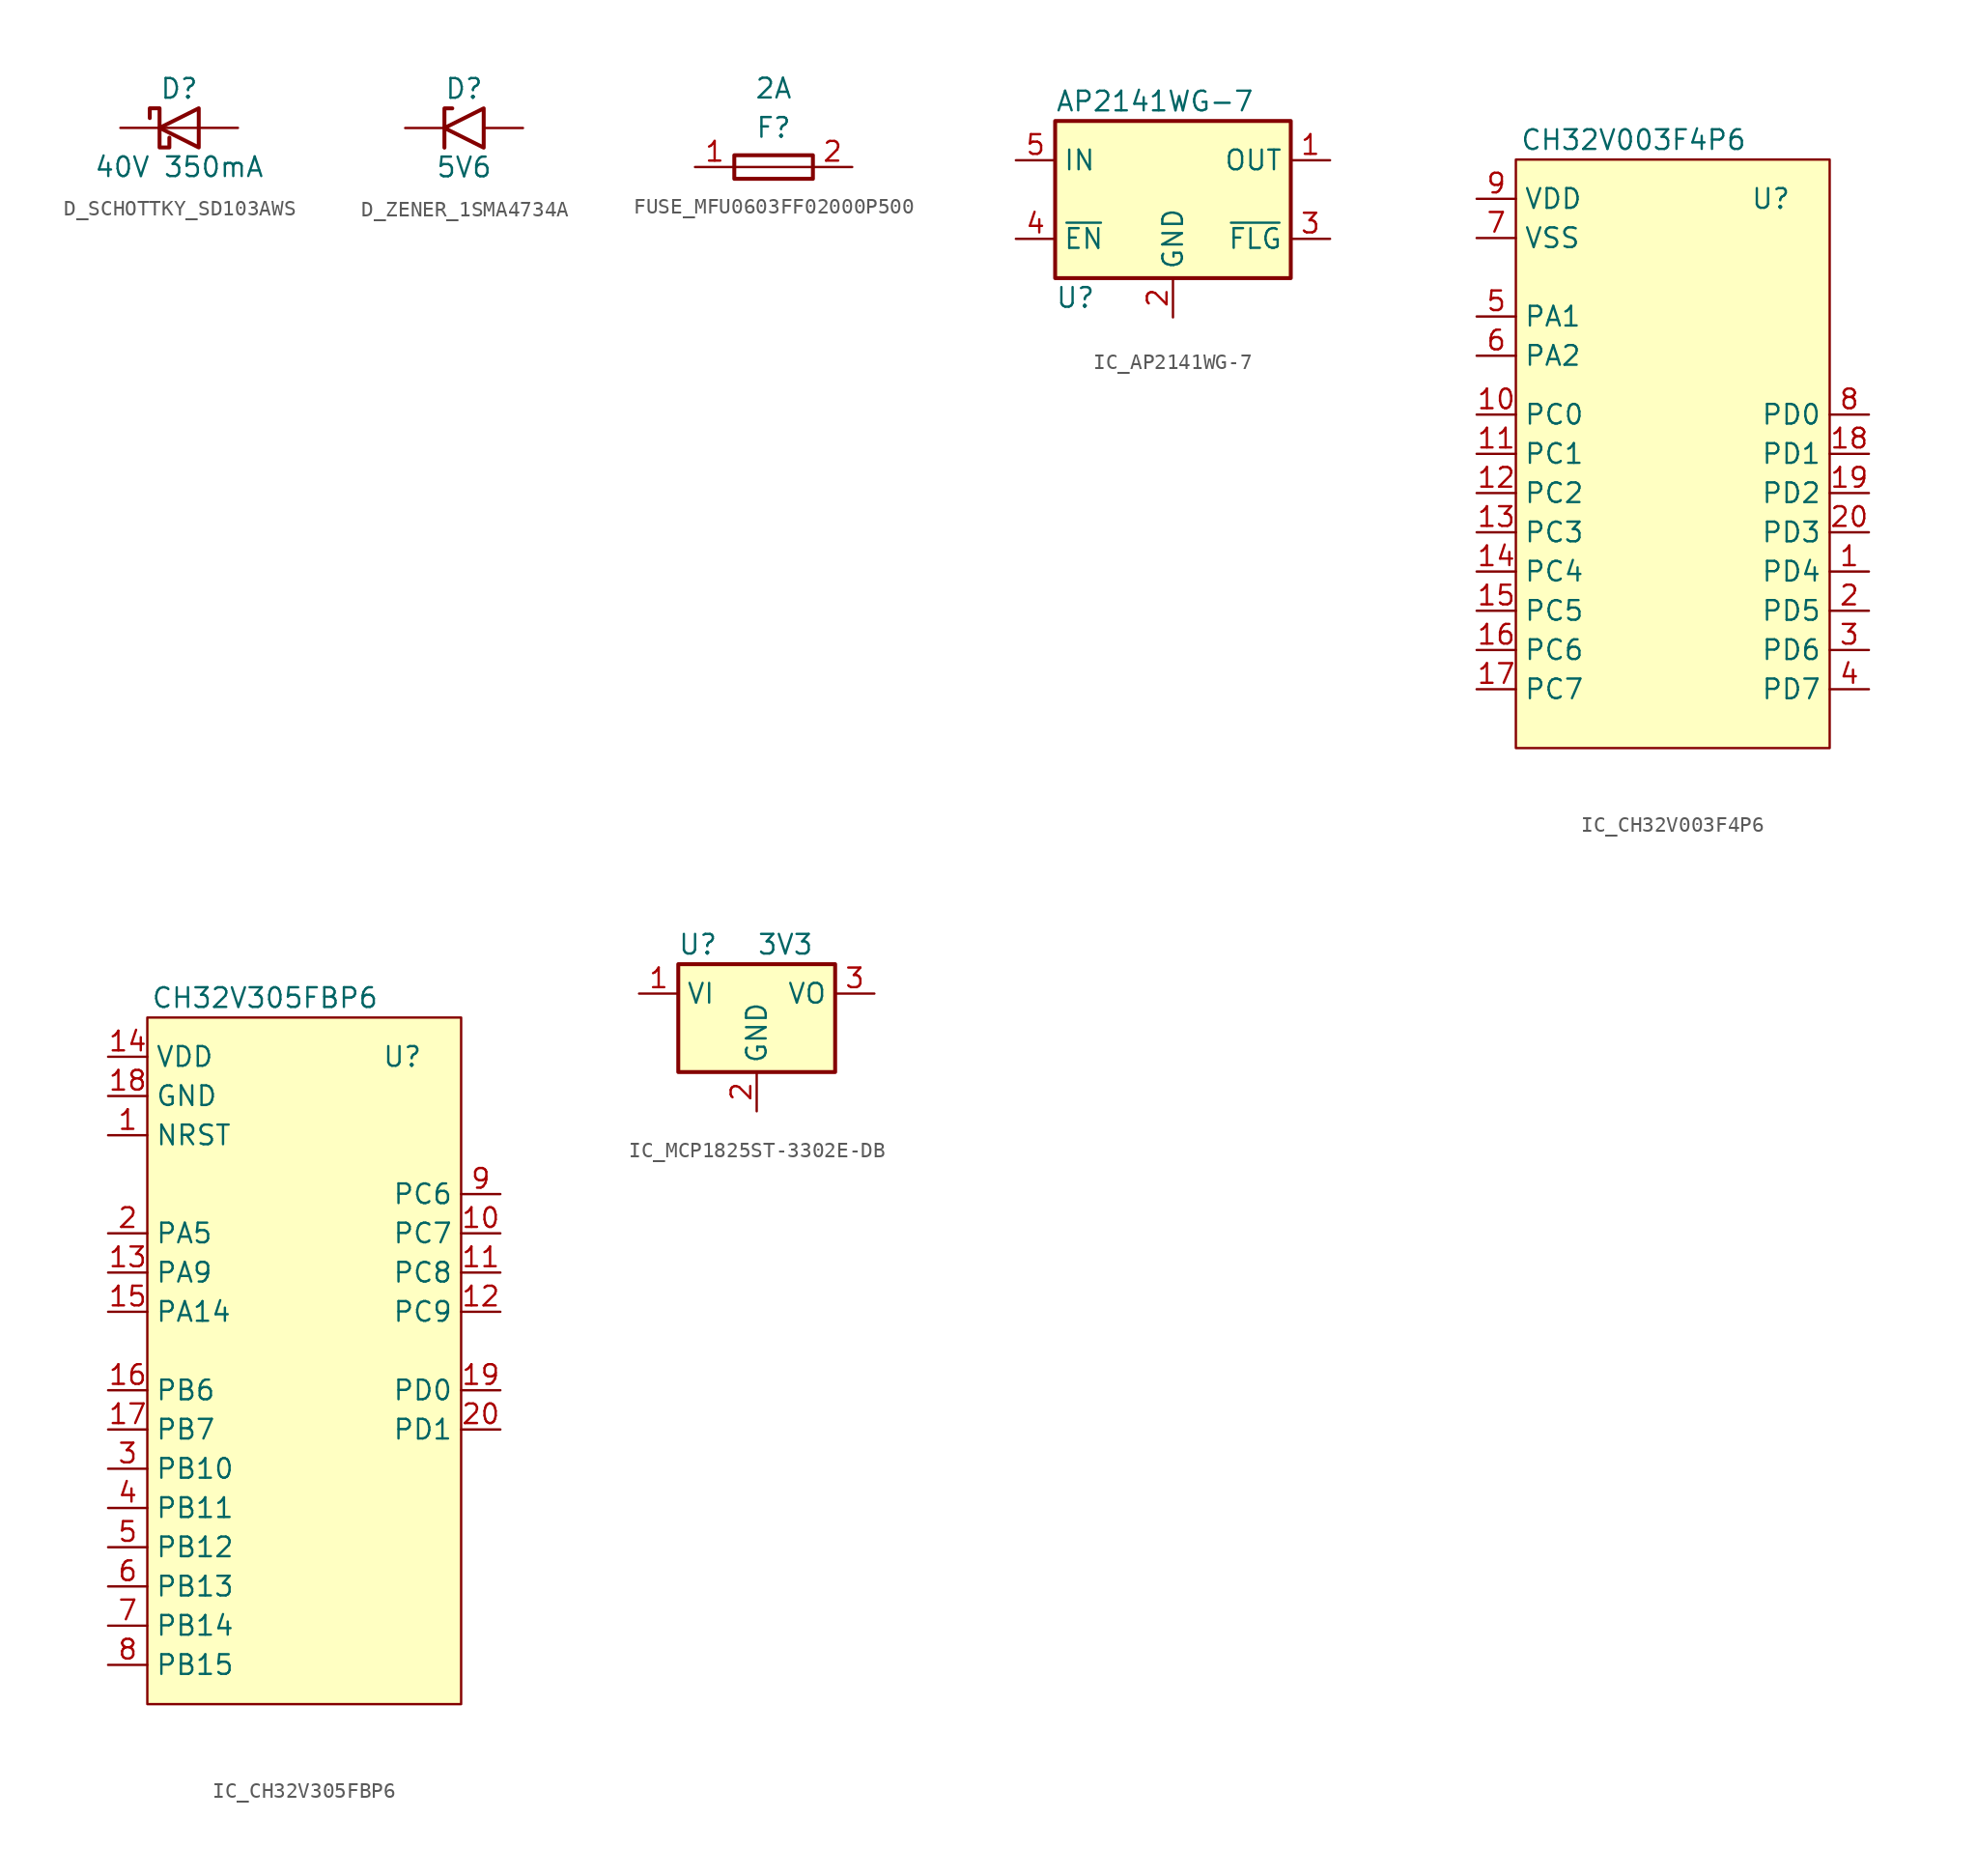
<source format=kicad_sym>
(kicad_symbol_lib
  (version 20231120)
  (generator "kicad_symbol_editor")
  (generator_version "8.0")
  (symbol "D_SCHOTTKY_SD103AWS"
    (pin_numbers hide)
    (pin_names
      (offset 1.016) hide)
    (property "Reference" "D"
      (at 0 2.54 0)
      (effects (font (size 1.27 1.27))))
    (property "Value" "40V 350mA"
      (at 0 -2.54 0)
      (effects (font (size 1.27 1.27))))
    (symbol "D_SCHOTTKY_SD103AWS_0_1"
      (polyline (pts (xy 1.27 0) (xy -1.27 0)) (stroke (width 0) (type default)) (fill (type none)))
      (polyline (pts (xy 1.27 1.27) (xy 1.27 -1.27) (xy -1.27 0) (xy 1.27 1.27)) (stroke (width 0.254) (type default)) (fill (type none)))
      (polyline (pts (xy -1.905 0.635) (xy -1.905 1.27) (xy -1.27 1.27) (xy -1.27 -1.27) (xy -0.635 -1.27) (xy -0.635 -0.635)) (stroke (width 0.254) (type default)) (fill (type none))))
    (symbol "D_SCHOTTKY_SD103AWS_1_1"
      (pin passive line (at -3.81 0 0) (length 2.54) (name "K" (effects (font (size 1.27 1.27)))) (number "1" (effects (font (size 1.27 1.27)))))
      (pin passive line (at 3.81 0 180) (length 2.54) (name "A" (effects (font (size 1.27 1.27)))) (number "2" (effects (font (size 1.27 1.27)))))))
  (symbol "D_ZENER_1SMA4734A"
    (pin_numbers hide)
    (pin_names
      (offset 1.016) hide)
    (property "Reference" "D"
      (at 0 2.54 0)
      (effects (font (size 1.27 1.27))))
    (property "Value" "5V6"
      (at 0 -2.54 0)
      (effects (font (size 1.27 1.27))))
    (symbol "D_ZENER_1SMA4734A_0_1"
      (polyline (pts (xy -0.762 1.27) (xy -1.27 1.27) (xy -1.27 -1.27)) (stroke (width 0.254) (type default)) (fill (type none)))
      (polyline (pts (xy 1.27 1.27) (xy 1.27 -1.27) (xy -1.27 0) (xy 1.27 1.27)) (stroke (width 0.254) (type default)) (fill (type none))))
    (symbol "D_ZENER_1SMA4734A_1_1"
      (pin passive line (at -3.81 0 0) (length 2.54) (name "A1" (effects (font (size 1.27 1.27)))) (number "1" (effects (font (size 1.27 1.27)))))
      (pin passive line (at 3.81 0 180) (length 2.54) (name "A2" (effects (font (size 1.27 1.27)))) (number "2" (effects (font (size 1.27 1.27)))))))
  (symbol "FUSE_MFU0603FF02000P500"
    (property "Reference" "F"
      (at 0 2.54 0)
      (effects (font (size 1.27 1.27))))
    (property "Value" "2A"
      (at 0 5.08 0)
      (effects (font (size 1.27 1.27))))
    (symbol "FUSE_MFU0603FF02000P500_0_1"
      (rectangle (start -2.54 0.762) (end 2.54 -0.762) (stroke (width 0.254) (type default)) (fill (type none)))
      (polyline (pts (xy -2.54 0) (xy 2.54 0)) (stroke (width 0) (type default)) (fill (type none))))
    (symbol "FUSE_MFU0603FF02000P500_1_1"
      (pin passive line (at -5.08 0 0) (length 2.54) (name "" (effects (font (size 1.27 1.27)))) (number "1" (effects (font (size 1.27 1.27)))))
      (pin passive line (at 5.08 0 180) (length 2.54) (name "" (effects (font (size 1.27 1.27)))) (number "2" (effects (font (size 1.27 1.27)))))))
  (symbol "IC_AP2141WG-7"
    (property "Reference" "U"
      (at -7.62 -6.35 0)
      (effects (font (size 1.27 1.27)) (justify left)))
    (property "Value" "AP2141WG-7"
      (at -7.62 6.35 0)
      (effects (font (size 1.27 1.27)) (justify left)))
    (symbol "IC_AP2141WG-7_0_1"
      (rectangle (start -7.62 5.08) (end 7.62 -5.08) (stroke (width 0.254) (type default)) (fill (type background))))
    (symbol "IC_AP2141WG-7_1_1"
      (pin power_out line (at 10.16 2.54 180) (length 2.54) (name "OUT" (effects (font (size 1.27 1.27)))) (number "1" (effects (font (size 1.27 1.27)))))
      (pin power_in line (at 0 -7.62 90) (length 2.54) (name "GND" (effects (font (size 1.27 1.27)))) (number "2" (effects (font (size 1.27 1.27)))))
      (pin open_collector line (at 10.16 -2.54 180) (length 2.54) (name "~{FLG}" (effects (font (size 1.27 1.27)))) (number "3" (effects (font (size 1.27 1.27)))))
      (pin input line (at -10.16 -2.54 0) (length 2.54) (name "~{EN}" (effects (font (size 1.27 1.27)))) (number "4" (effects (font (size 1.27 1.27)))))
      (pin power_in line (at -10.16 2.54 0) (length 2.54) (name "IN" (effects (font (size 1.27 1.27)))) (number "5" (effects (font (size 1.27 1.27)))))))
  (symbol "IC_CH32V003F4P6"
    (property "Reference" "U"
      (at 6.35 12.7 0)
      (effects (font (size 1.27 1.27))))
    (property "Value" "CH32V003F4P6"
      (at -2.54 16.51 0)
      (effects (font (size 1.27 1.27))))
    (property "DigiKey" ""
      (at 0 0 0)
      (effects (font (size 1.27 1.27))))
    (property "Farnell" ""
      (at 0 0 0)
      (effects (font (size 1.27 1.27))))
    (property "Mouser" ""
      (at 0 0 0)
      (effects (font (size 1.27 1.27))))
    (symbol "IC_CH32V003F4P6_1_1"
      (rectangle (start -10.16 15.24) (end 10.16 -22.86) (stroke (width 0) (type default)) (fill (type background)))
      (pin bidirectional line (at 12.7 -11.43 180) (length 2.54) (name "PD4" (effects (font (size 1.27 1.27)))) (number "1" (effects (font (size 1.27 1.27)))))
      (pin bidirectional line (at -12.7 -1.27 0) (length 2.54) (name "PC0" (effects (font (size 1.27 1.27)))) (number "10" (effects (font (size 1.27 1.27)))))
      (pin bidirectional line (at -12.7 -3.81 0) (length 2.54) (name "PC1" (effects (font (size 1.27 1.27)))) (number "11" (effects (font (size 1.27 1.27)))))
      (pin bidirectional line (at -12.7 -6.35 0) (length 2.54) (name "PC2" (effects (font (size 1.27 1.27)))) (number "12" (effects (font (size 1.27 1.27)))))
      (pin bidirectional line (at -12.7 -8.89 0) (length 2.54) (name "PC3" (effects (font (size 1.27 1.27)))) (number "13" (effects (font (size 1.27 1.27)))))
      (pin bidirectional line (at -12.7 -11.43 0) (length 2.54) (name "PC4" (effects (font (size 1.27 1.27)))) (number "14" (effects (font (size 1.27 1.27)))))
      (pin bidirectional line (at -12.7 -13.97 0) (length 2.54) (name "PC5" (effects (font (size 1.27 1.27)))) (number "15" (effects (font (size 1.27 1.27)))))
      (pin bidirectional line (at -12.7 -16.51 0) (length 2.54) (name "PC6" (effects (font (size 1.27 1.27)))) (number "16" (effects (font (size 1.27 1.27)))))
      (pin bidirectional line (at -12.7 -19.05 0) (length 2.54) (name "PC7" (effects (font (size 1.27 1.27)))) (number "17" (effects (font (size 1.27 1.27)))))
      (pin bidirectional line (at 12.7 -3.81 180) (length 2.54) (name "PD1" (effects (font (size 1.27 1.27)))) (number "18" (effects (font (size 1.27 1.27)))))
      (pin bidirectional line (at 12.7 -6.35 180) (length 2.54) (name "PD2" (effects (font (size 1.27 1.27)))) (number "19" (effects (font (size 1.27 1.27)))))
      (pin bidirectional line (at 12.7 -13.97 180) (length 2.54) (name "PD5" (effects (font (size 1.27 1.27)))) (number "2" (effects (font (size 1.27 1.27)))))
      (pin bidirectional line (at 12.7 -8.89 180) (length 2.54) (name "PD3" (effects (font (size 1.27 1.27)))) (number "20" (effects (font (size 1.27 1.27)))))
      (pin bidirectional line (at 12.7 -16.51 180) (length 2.54) (name "PD6" (effects (font (size 1.27 1.27)))) (number "3" (effects (font (size 1.27 1.27)))))
      (pin bidirectional line (at 12.7 -19.05 180) (length 2.54) (name "PD7" (effects (font (size 1.27 1.27)))) (number "4" (effects (font (size 1.27 1.27)))))
      (pin bidirectional line (at -12.7 5.08 0) (length 2.54) (name "PA1" (effects (font (size 1.27 1.27)))) (number "5" (effects (font (size 1.27 1.27)))))
      (pin bidirectional line (at -12.7 2.54 0) (length 2.54) (name "PA2" (effects (font (size 1.27 1.27)))) (number "6" (effects (font (size 1.27 1.27)))))
      (pin power_in line (at -12.7 10.16 0) (length 2.54) (name "VSS" (effects (font (size 1.27 1.27)))) (number "7" (effects (font (size 1.27 1.27)))))
      (pin bidirectional line (at 12.7 -1.27 180) (length 2.54) (name "PD0" (effects (font (size 1.27 1.27)))) (number "8" (effects (font (size 1.27 1.27)))))
      (pin power_in line (at -12.7 12.7 0) (length 2.54) (name "VDD" (effects (font (size 1.27 1.27)))) (number "9" (effects (font (size 1.27 1.27)))))))
  (symbol "IC_CH32V305FBP6"
    (property "Reference" "U"
      (at 6.35 12.7 0)
      (effects (font (size 1.27 1.27))))
    (property "Value" "CH32V305FBP6"
      (at -2.54 16.51 0)
      (effects (font (size 1.27 1.27))))
    (property "DigiKey" ""
      (at 0 0 0)
      (effects (font (size 1.27 1.27))))
    (property "Farnell" ""
      (at 0 0 0)
      (effects (font (size 1.27 1.27))))
    (property "Mouser" ""
      (at 0 0 0)
      (effects (font (size 1.27 1.27))))
    (symbol "IC_CH32V305FBP6_1_1"
      (rectangle (start -10.16 15.24) (end 10.16 -29.21) (stroke (width 0) (type default)) (fill (type background)))
      (pin input line (at -12.7 7.62 0) (length 2.54) (name "NRST" (effects (font (size 1.27 1.27)))) (number "1" (effects (font (size 1.27 1.27)))))
      (pin bidirectional line (at 12.7 1.27 180) (length 2.54) (name "PC7" (effects (font (size 1.27 1.27)))) (number "10" (effects (font (size 1.27 1.27)))))
      (pin bidirectional line (at 12.7 -1.27 180) (length 2.54) (name "PC8" (effects (font (size 1.27 1.27)))) (number "11" (effects (font (size 1.27 1.27)))))
      (pin bidirectional line (at 12.7 -3.81 180) (length 2.54) (name "PC9" (effects (font (size 1.27 1.27)))) (number "12" (effects (font (size 1.27 1.27)))))
      (pin bidirectional line (at -12.7 -1.27 0) (length 2.54) (name "PA9" (effects (font (size 1.27 1.27)))) (number "13" (effects (font (size 1.27 1.27)))))
      (pin power_in line (at -12.7 12.7 0) (length 2.54) (name "VDD" (effects (font (size 1.27 1.27)))) (number "14" (effects (font (size 1.27 1.27)))))
      (pin bidirectional line (at -12.7 -3.81 0) (length 2.54) (name "PA14" (effects (font (size 1.27 1.27)))) (number "15" (effects (font (size 1.27 1.27)))))
      (pin bidirectional line (at -12.7 -8.89 0) (length 2.54) (name "PB6" (effects (font (size 1.27 1.27)))) (number "16" (effects (font (size 1.27 1.27)))))
      (pin bidirectional line (at -12.7 -11.43 0) (length 2.54) (name "PB7" (effects (font (size 1.27 1.27)))) (number "17" (effects (font (size 1.27 1.27)))))
      (pin power_in line (at -12.7 10.16 0) (length 2.54) (name "GND" (effects (font (size 1.27 1.27)))) (number "18" (effects (font (size 1.27 1.27)))))
      (pin bidirectional line (at 12.7 -8.89 180) (length 2.54) (name "PD0" (effects (font (size 1.27 1.27)))) (number "19" (effects (font (size 1.27 1.27)))))
      (pin bidirectional line (at -12.7 1.27 0) (length 2.54) (name "PA5" (effects (font (size 1.27 1.27)))) (number "2" (effects (font (size 1.27 1.27)))))
      (pin bidirectional line (at 12.7 -11.43 180) (length 2.54) (name "PD1" (effects (font (size 1.27 1.27)))) (number "20" (effects (font (size 1.27 1.27)))))
      (pin bidirectional line (at -12.7 -13.97 0) (length 2.54) (name "PB10" (effects (font (size 1.27 1.27)))) (number "3" (effects (font (size 1.27 1.27)))))
      (pin bidirectional line (at -12.7 -16.51 0) (length 2.54) (name "PB11" (effects (font (size 1.27 1.27)))) (number "4" (effects (font (size 1.27 1.27)))))
      (pin bidirectional line (at -12.7 -19.05 0) (length 2.54) (name "PB12" (effects (font (size 1.27 1.27)))) (number "5" (effects (font (size 1.27 1.27)))))
      (pin bidirectional line (at -12.7 -21.59 0) (length 2.54) (name "PB13" (effects (font (size 1.27 1.27)))) (number "6" (effects (font (size 1.27 1.27)))))
      (pin bidirectional line (at -12.7 -24.13 0) (length 2.54) (name "PB14" (effects (font (size 1.27 1.27)))) (number "7" (effects (font (size 1.27 1.27)))))
      (pin bidirectional line (at -12.7 -26.67 0) (length 2.54) (name "PB15" (effects (font (size 1.27 1.27)))) (number "8" (effects (font (size 1.27 1.27)))))
      (pin bidirectional line (at 12.7 3.81 180) (length 2.54) (name "PC6" (effects (font (size 1.27 1.27)))) (number "9" (effects (font (size 1.27 1.27)))))))
  (symbol "IC_MCP1825ST-3302E-DB"
    (property "Reference" "U"
      (at -3.81 3.175 0)
      (effects (font (size 1.27 1.27))))
    (property "Value" "3V3"
      (at 0 3.175 0)
      (effects (font (size 1.27 1.27)) (justify left)))
    (symbol "IC_MCP1825ST-3302E-DB_0_1"
      (rectangle (start -5.08 1.905) (end 5.08 -5.08) (stroke (width 0.254) (type default)) (fill (type background))))
    (symbol "IC_MCP1825ST-3302E-DB_1_1"
      (pin power_in line (at -7.62 0 0) (length 2.54) (name "VI" (effects (font (size 1.27 1.27)))) (number "1" (effects (font (size 1.27 1.27)))))
      (pin power_in line (at 0 -7.62 90) (length 2.54) (name "GND" (effects (font (size 1.27 1.27)))) (number "2" (effects (font (size 1.27 1.27)))))
      (pin power_out line (at 7.62 0 180) (length 2.54) (name "VO" (effects (font (size 1.27 1.27)))) (number "3" (effects (font (size 1.27 1.27))))))))
</source>
